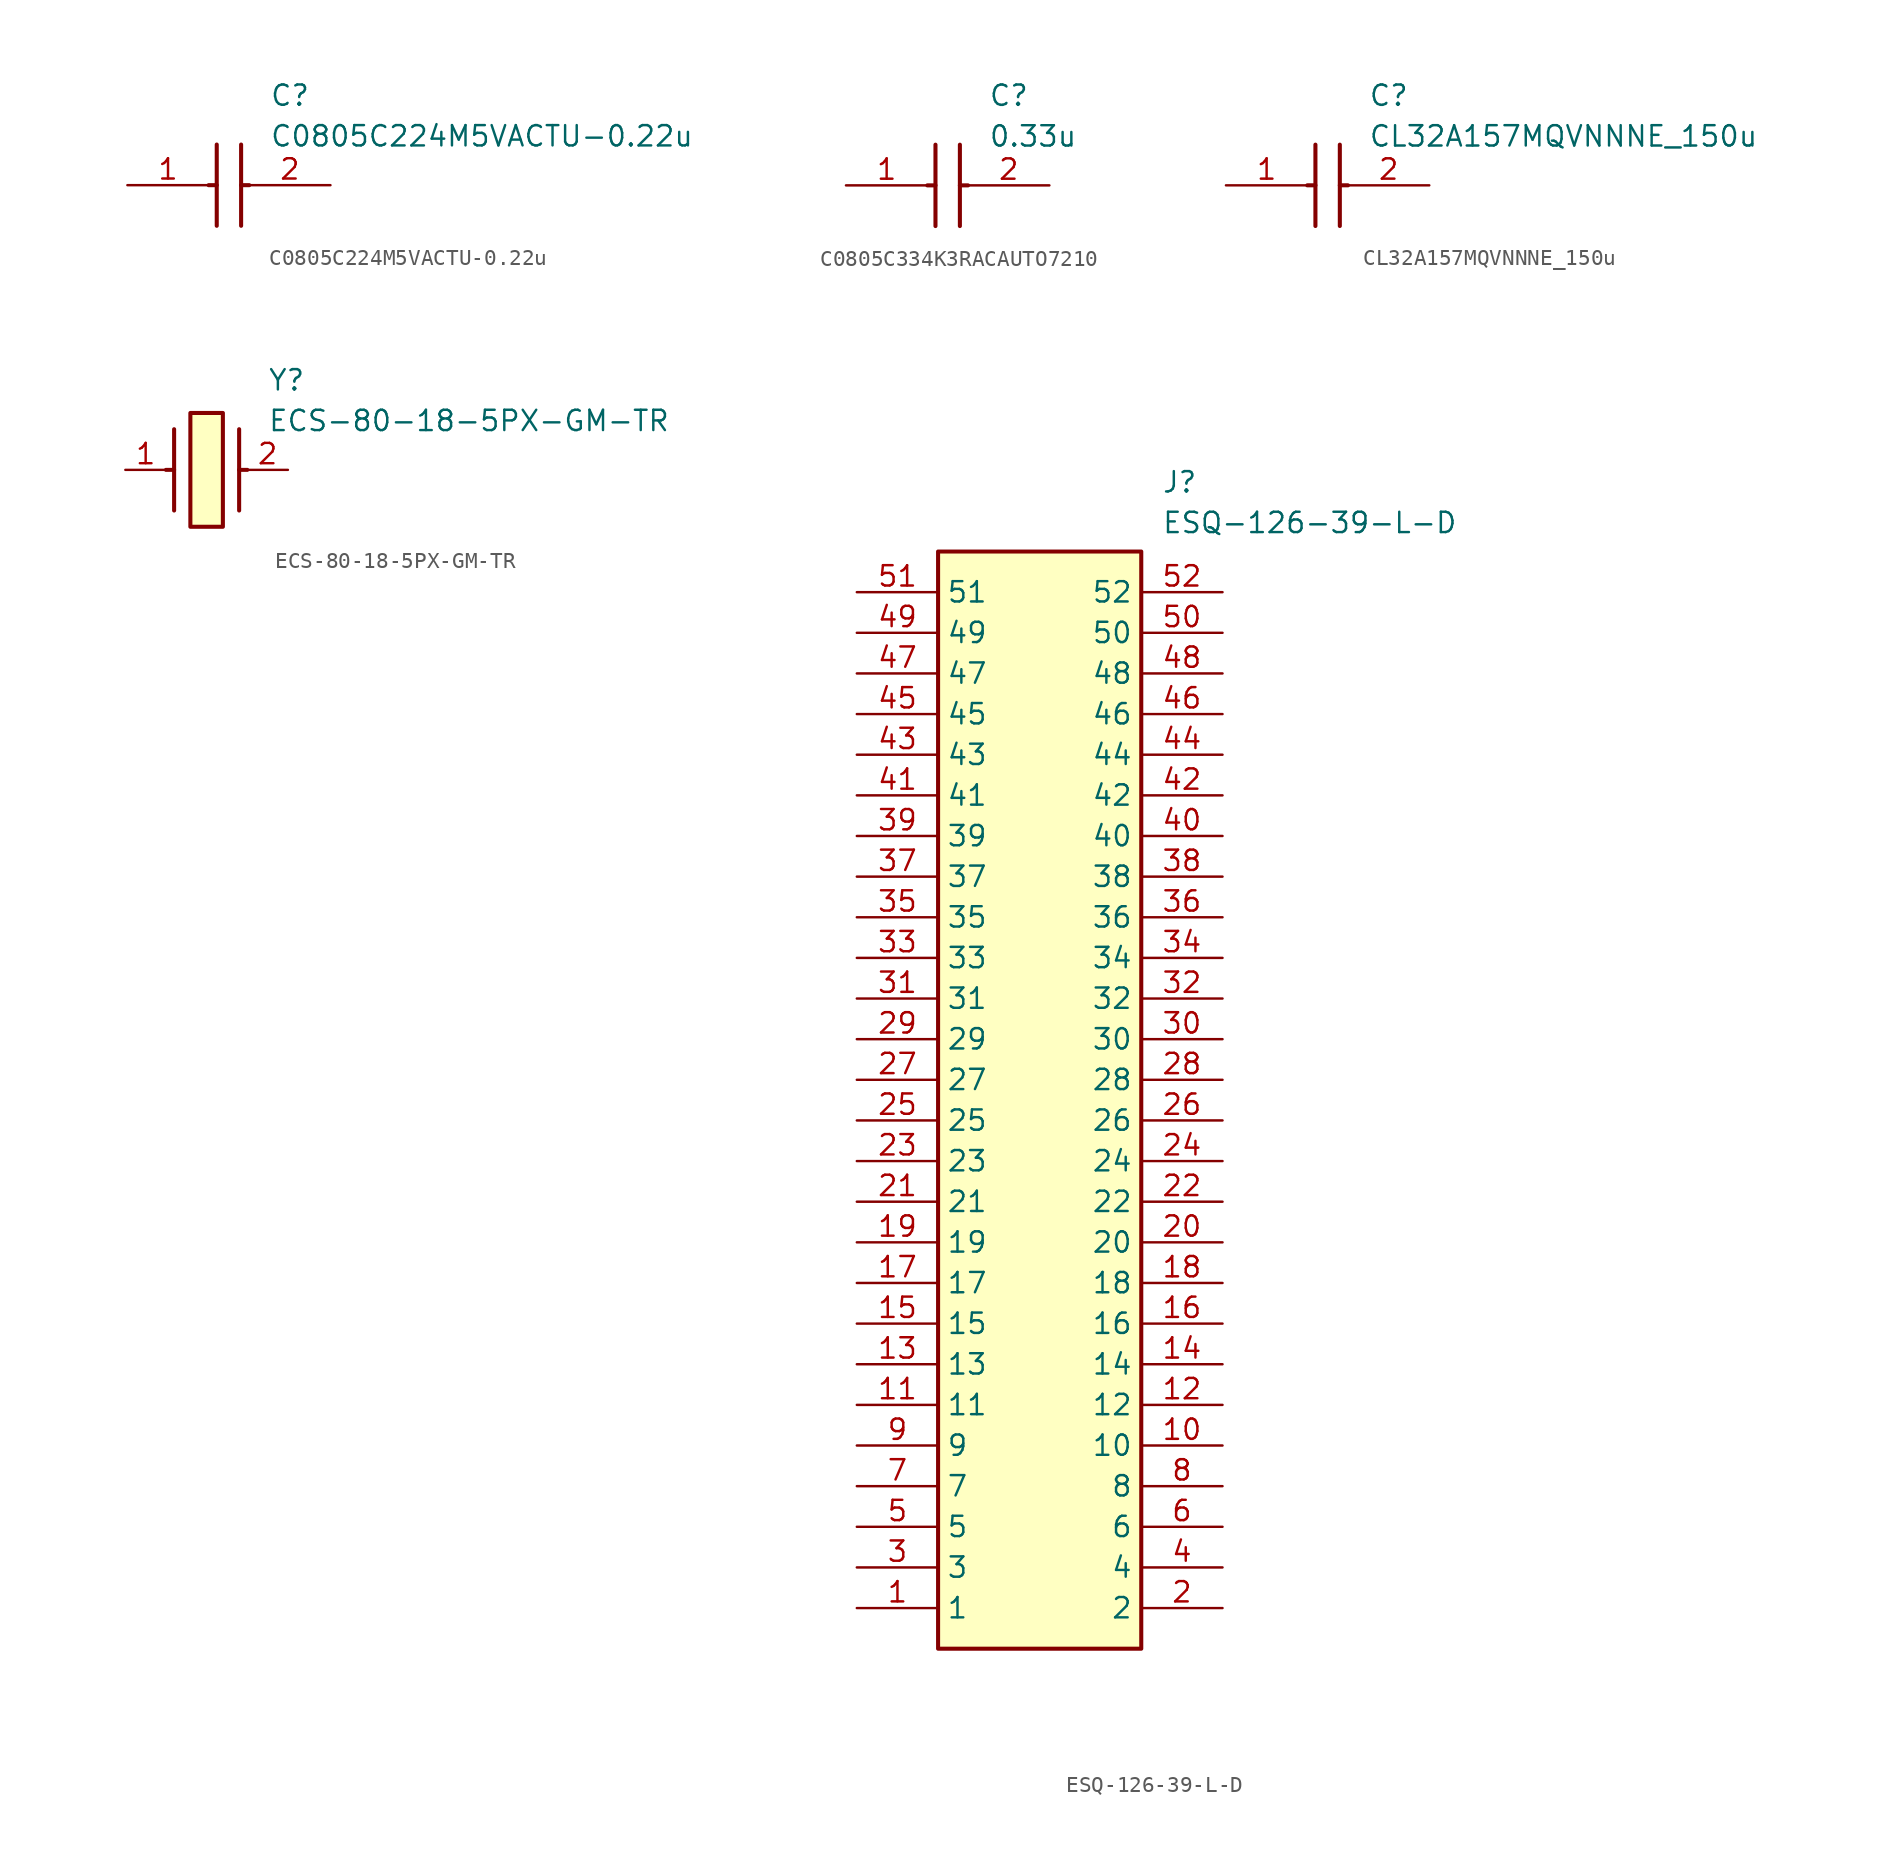
<source format=kicad_sym>
(kicad_symbol_lib
  (version 20231120)
  (generator "kicad_symbol_editor")
  (generator_version "8.0")
  (symbol "C0805C224M5VACTU-0.22u"
    (pin_names hide)
    (property "Reference" "C"
      (at 8.89 6.35 0)
      (effects (font (size 1.27 1.27)) (justify left top)))
    (property "Value" "C0805C224M5VACTU-0.22u"
      (at 8.89 3.81 0)
      (effects (font (size 1.27 1.27)) (justify left top)))
    (symbol "C0805C224M5VACTU-0.22u_1_1"
      (polyline (pts (xy 5.08 0) (xy 5.588 0)) (stroke (width 0.254) (type default)) (fill (type none)))
      (polyline (pts (xy 5.588 2.54) (xy 5.588 -2.54)) (stroke (width 0.254) (type default)) (fill (type none)))
      (polyline (pts (xy 7.112 0) (xy 7.62 0)) (stroke (width 0.254) (type default)) (fill (type none)))
      (polyline (pts (xy 7.112 2.54) (xy 7.112 -2.54)) (stroke (width 0.254) (type default)) (fill (type none)))
      (pin passive line (at 0 0 0) (length 5.08) (name "1" (effects (font (size 1.27 1.27)))) (number "1" (effects (font (size 1.27 1.27)))))
      (pin passive line (at 12.7 0 180) (length 5.08) (name "2" (effects (font (size 1.27 1.27)))) (number "2" (effects (font (size 1.27 1.27)))))))
  (symbol "C0805C334K3RACAUTO7210"
    (pin_names hide)
    (property "Reference" "C"
      (at 8.89 6.35 0)
      (effects (font (size 1.27 1.27)) (justify left top)))
    (property "Value" "0.33u"
      (at 8.89 3.81 0)
      (effects (font (size 1.27 1.27)) (justify left top)))
    (symbol "C0805C334K3RACAUTO7210_1_1"
      (polyline (pts (xy 5.08 0) (xy 5.588 0)) (stroke (width 0.254) (type default)) (fill (type none)))
      (polyline (pts (xy 5.588 2.54) (xy 5.588 -2.54)) (stroke (width 0.254) (type default)) (fill (type none)))
      (polyline (pts (xy 7.112 0) (xy 7.62 0)) (stroke (width 0.254) (type default)) (fill (type none)))
      (polyline (pts (xy 7.112 2.54) (xy 7.112 -2.54)) (stroke (width 0.254) (type default)) (fill (type none)))
      (pin passive line (at 0 0 0) (length 5.08) (name "1" (effects (font (size 1.27 1.27)))) (number "1" (effects (font (size 1.27 1.27)))))
      (pin passive line (at 12.7 0 180) (length 5.08) (name "2" (effects (font (size 1.27 1.27)))) (number "2" (effects (font (size 1.27 1.27)))))))
  (symbol "CL32A157MQVNNNE_150u"
    (pin_names hide)
    (property "Reference" "C"
      (at 8.89 6.35 0)
      (effects (font (size 1.27 1.27)) (justify left top)))
    (property "Value" "CL32A157MQVNNNE_150u"
      (at 8.89 3.81 0)
      (effects (font (size 1.27 1.27)) (justify left top)))
    (symbol "CL32A157MQVNNNE_150u_1_1"
      (polyline (pts (xy 5.08 0) (xy 5.588 0)) (stroke (width 0.254) (type default)) (fill (type none)))
      (polyline (pts (xy 5.588 2.54) (xy 5.588 -2.54)) (stroke (width 0.254) (type default)) (fill (type none)))
      (polyline (pts (xy 7.112 0) (xy 7.62 0)) (stroke (width 0.254) (type default)) (fill (type none)))
      (polyline (pts (xy 7.112 2.54) (xy 7.112 -2.54)) (stroke (width 0.254) (type default)) (fill (type none)))
      (pin passive line (at 0 0 0) (length 5.08) (name "1" (effects (font (size 1.27 1.27)))) (number "1" (effects (font (size 1.27 1.27)))))
      (pin passive line (at 12.7 0 180) (length 5.08) (name "2" (effects (font (size 1.27 1.27)))) (number "2" (effects (font (size 1.27 1.27)))))))
  (symbol "ECS-80-18-5PX-GM-TR"
    (pin_names hide)
    (property "Reference" "Y"
      (at 8.89 6.35 0)
      (effects (font (size 1.27 1.27)) (justify left top)))
    (property "Value" "ECS-80-18-5PX-GM-TR"
      (at 8.89 3.81 0)
      (effects (font (size 1.27 1.27)) (justify left top)))
    (symbol "ECS-80-18-5PX-GM-TR_1_1"
      (polyline (pts (xy 3.048 0) (xy 2.54 0)) (stroke (width 0.254) (type default)) (fill (type none)))
      (polyline (pts (xy 3.048 2.54) (xy 3.048 -2.54)) (stroke (width 0.254) (type default)) (fill (type none)))
      (polyline (pts (xy 7.112 0) (xy 7.62 0)) (stroke (width 0.254) (type default)) (fill (type none)))
      (polyline (pts (xy 7.112 2.54) (xy 7.112 -2.54)) (stroke (width 0.254) (type default)) (fill (type none)))
      (rectangle (start 4.064 3.556) (end 6.096 -3.556) (stroke (width 0.254) (type default)) (fill (type background)))
      (pin passive line (at 0 0 0) (length 2.54) (name "1" (effects (font (size 1.27 1.27)))) (number "1" (effects (font (size 1.27 1.27)))))
      (pin passive line (at 10.16 0 180) (length 2.54) (name "2" (effects (font (size 1.27 1.27)))) (number "2" (effects (font (size 1.27 1.27)))))))
  (symbol "ESQ-126-39-L-D"
    (property "Reference" "J"
      (at 19.05 7.62 0)
      (effects (font (size 1.27 1.27)) (justify left top)))
    (property "Value" "ESQ-126-39-L-D"
      (at 19.05 5.08 0)
      (effects (font (size 1.27 1.27)) (justify left top)))
    (symbol "ESQ-126-39-L-D_1_1"
      (rectangle (start 5.08 2.54) (end 17.78 -66.04) (stroke (width 0.254) (type default)) (fill (type background)))
      (pin passive line (at 0 -63.5 0) (length 5.08) (name "1" (effects (font (size 1.27 1.27)))) (number "1" (effects (font (size 1.27 1.27)))))
      (pin passive line (at 22.86 -53.34 180) (length 5.08) (name "10" (effects (font (size 1.27 1.27)))) (number "10" (effects (font (size 1.27 1.27)))))
      (pin passive line (at 0 -50.8 0) (length 5.08) (name "11" (effects (font (size 1.27 1.27)))) (number "11" (effects (font (size 1.27 1.27)))))
      (pin passive line (at 22.86 -50.8 180) (length 5.08) (name "12" (effects (font (size 1.27 1.27)))) (number "12" (effects (font (size 1.27 1.27)))))
      (pin passive line (at 0 -48.26 0) (length 5.08) (name "13" (effects (font (size 1.27 1.27)))) (number "13" (effects (font (size 1.27 1.27)))))
      (pin passive line (at 22.86 -48.26 180) (length 5.08) (name "14" (effects (font (size 1.27 1.27)))) (number "14" (effects (font (size 1.27 1.27)))))
      (pin passive line (at 0 -45.72 0) (length 5.08) (name "15" (effects (font (size 1.27 1.27)))) (number "15" (effects (font (size 1.27 1.27)))))
      (pin passive line (at 22.86 -45.72 180) (length 5.08) (name "16" (effects (font (size 1.27 1.27)))) (number "16" (effects (font (size 1.27 1.27)))))
      (pin passive line (at 0 -43.18 0) (length 5.08) (name "17" (effects (font (size 1.27 1.27)))) (number "17" (effects (font (size 1.27 1.27)))))
      (pin passive line (at 22.86 -43.18 180) (length 5.08) (name "18" (effects (font (size 1.27 1.27)))) (number "18" (effects (font (size 1.27 1.27)))))
      (pin passive line (at 0 -40.64 0) (length 5.08) (name "19" (effects (font (size 1.27 1.27)))) (number "19" (effects (font (size 1.27 1.27)))))
      (pin passive line (at 22.86 -63.5 180) (length 5.08) (name "2" (effects (font (size 1.27 1.27)))) (number "2" (effects (font (size 1.27 1.27)))))
      (pin passive line (at 22.86 -40.64 180) (length 5.08) (name "20" (effects (font (size 1.27 1.27)))) (number "20" (effects (font (size 1.27 1.27)))))
      (pin passive line (at 0 -38.1 0) (length 5.08) (name "21" (effects (font (size 1.27 1.27)))) (number "21" (effects (font (size 1.27 1.27)))))
      (pin passive line (at 22.86 -38.1 180) (length 5.08) (name "22" (effects (font (size 1.27 1.27)))) (number "22" (effects (font (size 1.27 1.27)))))
      (pin passive line (at 0 -35.56 0) (length 5.08) (name "23" (effects (font (size 1.27 1.27)))) (number "23" (effects (font (size 1.27 1.27)))))
      (pin passive line (at 22.86 -35.56 180) (length 5.08) (name "24" (effects (font (size 1.27 1.27)))) (number "24" (effects (font (size 1.27 1.27)))))
      (pin passive line (at 0 -33.02 0) (length 5.08) (name "25" (effects (font (size 1.27 1.27)))) (number "25" (effects (font (size 1.27 1.27)))))
      (pin passive line (at 22.86 -33.02 180) (length 5.08) (name "26" (effects (font (size 1.27 1.27)))) (number "26" (effects (font (size 1.27 1.27)))))
      (pin passive line (at 0 -30.48 0) (length 5.08) (name "27" (effects (font (size 1.27 1.27)))) (number "27" (effects (font (size 1.27 1.27)))))
      (pin passive line (at 22.86 -30.48 180) (length 5.08) (name "28" (effects (font (size 1.27 1.27)))) (number "28" (effects (font (size 1.27 1.27)))))
      (pin passive line (at 0 -27.94 0) (length 5.08) (name "29" (effects (font (size 1.27 1.27)))) (number "29" (effects (font (size 1.27 1.27)))))
      (pin passive line (at 0 -60.96 0) (length 5.08) (name "3" (effects (font (size 1.27 1.27)))) (number "3" (effects (font (size 1.27 1.27)))))
      (pin passive line (at 22.86 -27.94 180) (length 5.08) (name "30" (effects (font (size 1.27 1.27)))) (number "30" (effects (font (size 1.27 1.27)))))
      (pin passive line (at 0 -25.4 0) (length 5.08) (name "31" (effects (font (size 1.27 1.27)))) (number "31" (effects (font (size 1.27 1.27)))))
      (pin passive line (at 22.86 -25.4 180) (length 5.08) (name "32" (effects (font (size 1.27 1.27)))) (number "32" (effects (font (size 1.27 1.27)))))
      (pin passive line (at 0 -22.86 0) (length 5.08) (name "33" (effects (font (size 1.27 1.27)))) (number "33" (effects (font (size 1.27 1.27)))))
      (pin passive line (at 22.86 -22.86 180) (length 5.08) (name "34" (effects (font (size 1.27 1.27)))) (number "34" (effects (font (size 1.27 1.27)))))
      (pin passive line (at 0 -20.32 0) (length 5.08) (name "35" (effects (font (size 1.27 1.27)))) (number "35" (effects (font (size 1.27 1.27)))))
      (pin passive line (at 22.86 -20.32 180) (length 5.08) (name "36" (effects (font (size 1.27 1.27)))) (number "36" (effects (font (size 1.27 1.27)))))
      (pin passive line (at 0 -17.78 0) (length 5.08) (name "37" (effects (font (size 1.27 1.27)))) (number "37" (effects (font (size 1.27 1.27)))))
      (pin passive line (at 22.86 -17.78 180) (length 5.08) (name "38" (effects (font (size 1.27 1.27)))) (number "38" (effects (font (size 1.27 1.27)))))
      (pin passive line (at 0 -15.24 0) (length 5.08) (name "39" (effects (font (size 1.27 1.27)))) (number "39" (effects (font (size 1.27 1.27)))))
      (pin passive line (at 22.86 -60.96 180) (length 5.08) (name "4" (effects (font (size 1.27 1.27)))) (number "4" (effects (font (size 1.27 1.27)))))
      (pin passive line (at 22.86 -15.24 180) (length 5.08) (name "40" (effects (font (size 1.27 1.27)))) (number "40" (effects (font (size 1.27 1.27)))))
      (pin passive line (at 0 -12.7 0) (length 5.08) (name "41" (effects (font (size 1.27 1.27)))) (number "41" (effects (font (size 1.27 1.27)))))
      (pin passive line (at 22.86 -12.7 180) (length 5.08) (name "42" (effects (font (size 1.27 1.27)))) (number "42" (effects (font (size 1.27 1.27)))))
      (pin passive line (at 0 -10.16 0) (length 5.08) (name "43" (effects (font (size 1.27 1.27)))) (number "43" (effects (font (size 1.27 1.27)))))
      (pin passive line (at 22.86 -10.16 180) (length 5.08) (name "44" (effects (font (size 1.27 1.27)))) (number "44" (effects (font (size 1.27 1.27)))))
      (pin passive line (at 0 -7.62 0) (length 5.08) (name "45" (effects (font (size 1.27 1.27)))) (number "45" (effects (font (size 1.27 1.27)))))
      (pin passive line (at 22.86 -7.62 180) (length 5.08) (name "46" (effects (font (size 1.27 1.27)))) (number "46" (effects (font (size 1.27 1.27)))))
      (pin passive line (at 0 -5.08 0) (length 5.08) (name "47" (effects (font (size 1.27 1.27)))) (number "47" (effects (font (size 1.27 1.27)))))
      (pin passive line (at 22.86 -5.08 180) (length 5.08) (name "48" (effects (font (size 1.27 1.27)))) (number "48" (effects (font (size 1.27 1.27)))))
      (pin passive line (at 0 -2.54 0) (length 5.08) (name "49" (effects (font (size 1.27 1.27)))) (number "49" (effects (font (size 1.27 1.27)))))
      (pin passive line (at 0 -58.42 0) (length 5.08) (name "5" (effects (font (size 1.27 1.27)))) (number "5" (effects (font (size 1.27 1.27)))))
      (pin passive line (at 22.86 -2.54 180) (length 5.08) (name "50" (effects (font (size 1.27 1.27)))) (number "50" (effects (font (size 1.27 1.27)))))
      (pin passive line (at 0 0 0) (length 5.08) (name "51" (effects (font (size 1.27 1.27)))) (number "51" (effects (font (size 1.27 1.27)))))
      (pin passive line (at 22.86 0 180) (length 5.08) (name "52" (effects (font (size 1.27 1.27)))) (number "52" (effects (font (size 1.27 1.27)))))
      (pin passive line (at 22.86 -58.42 180) (length 5.08) (name "6" (effects (font (size 1.27 1.27)))) (number "6" (effects (font (size 1.27 1.27)))))
      (pin passive line (at 0 -55.88 0) (length 5.08) (name "7" (effects (font (size 1.27 1.27)))) (number "7" (effects (font (size 1.27 1.27)))))
      (pin passive line (at 22.86 -55.88 180) (length 5.08) (name "8" (effects (font (size 1.27 1.27)))) (number "8" (effects (font (size 1.27 1.27)))))
      (pin passive line (at 0 -53.34 0) (length 5.08) (name "9" (effects (font (size 1.27 1.27)))) (number "9" (effects (font (size 1.27 1.27))))))))
</source>
